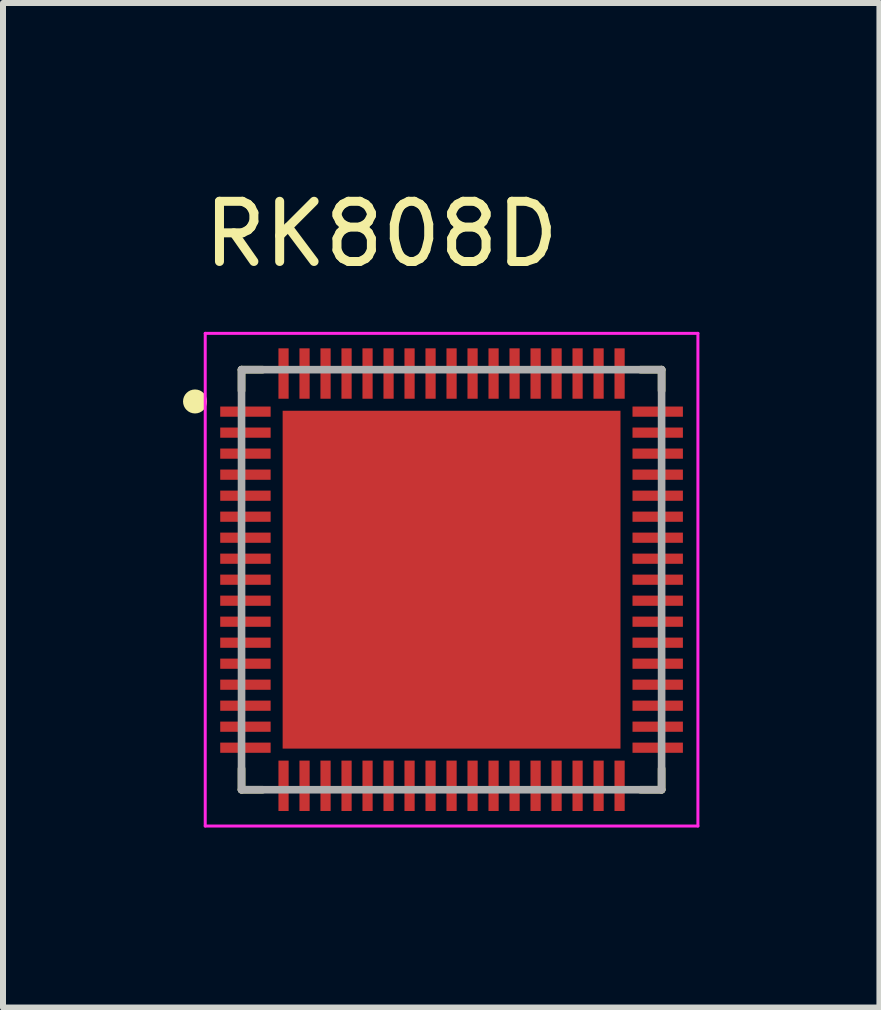
<source format=kicad_pcb>
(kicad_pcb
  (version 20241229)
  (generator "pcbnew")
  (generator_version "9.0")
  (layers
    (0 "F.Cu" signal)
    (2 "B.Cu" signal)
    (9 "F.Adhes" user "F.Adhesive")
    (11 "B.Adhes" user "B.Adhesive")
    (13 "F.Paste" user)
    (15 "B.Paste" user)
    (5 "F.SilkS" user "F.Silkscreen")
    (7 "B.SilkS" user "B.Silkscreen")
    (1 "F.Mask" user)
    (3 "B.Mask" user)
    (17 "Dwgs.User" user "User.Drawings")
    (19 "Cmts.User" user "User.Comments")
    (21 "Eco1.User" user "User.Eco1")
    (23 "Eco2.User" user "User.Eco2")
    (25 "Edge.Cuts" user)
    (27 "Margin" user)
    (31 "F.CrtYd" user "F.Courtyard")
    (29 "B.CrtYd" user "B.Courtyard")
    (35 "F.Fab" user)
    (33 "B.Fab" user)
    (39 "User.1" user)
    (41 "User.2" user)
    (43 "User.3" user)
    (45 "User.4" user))
  (footprint "RK808D"
    (layer "F.Cu")
    (at 4.475 6.61)
    (property "Reference" "RK808D" (at -1.169 -5.759 0) (layer "F.SilkS") (effects (font (size 1.003 1.003) (thickness 0.15))))
    (attr smd)
    (fp_line (start -3.5 -3.5) (end -3.5 -3.15) (stroke (width 0.127) (type solid)) (layer "F.SilkS"))
    (fp_line (start -3.5 -3.5) (end -3.15 -3.5) (stroke (width 0.127) (type solid)) (layer "F.SilkS"))
    (fp_line (start -3.5 3.5) (end -3.5 3.15) (stroke (width 0.127) (type solid)) (layer "F.SilkS"))
    (fp_line (start -3.5 3.5) (end -3.15 3.5) (stroke (width 0.127) (type solid)) (layer "F.SilkS"))
    (fp_line (start 3.5 -3.5) (end 3.15 -3.5) (stroke (width 0.127) (type solid)) (layer "F.SilkS"))
    (fp_line (start 3.5 -3.5) (end 3.5 -3.15) (stroke (width 0.127) (type solid)) (layer "F.SilkS"))
    (fp_line (start 3.5 3.5) (end 3.15 3.5) (stroke (width 0.127) (type solid)) (layer "F.SilkS"))
    (fp_line (start 3.5 3.5) (end 3.5 3.15) (stroke (width 0.127) (type solid)) (layer "F.SilkS"))
    (fp_circle (center -4.275 -2.97) (end -4.175 -2.97) (stroke (width 0.2) (type solid)) (fill no) (layer "F.SilkS"))
    (fp_poly (pts (xy -1.41 -1.407) (xy 1.407 -1.407) (xy 1.407 1.41) (xy -1.41 1.41)) (stroke (width 0.01) (type solid)) (fill yes) (layer "F.Paste"))
    (fp_line (start -4.105 -4.105) (end 4.105 -4.105) (stroke (width 0.05) (type solid)) (layer "F.CrtYd"))
    (fp_line (start -4.105 4.105) (end -4.105 -4.105) (stroke (width 0.05) (type solid)) (layer "F.CrtYd"))
    (fp_line (start -4.105 4.105) (end 4.105 4.105) (stroke (width 0.05) (type solid)) (layer "F.CrtYd"))
    (fp_line (start 4.105 4.105) (end 4.105 -4.105) (stroke (width 0.05) (type solid)) (layer "F.CrtYd"))
    (fp_line (start -3.5 3.5) (end -3.5 -3.5) (stroke (width 0.127) (type solid)) (layer "F.Fab"))
    (fp_line (start 3.5 -3.5) (end -3.5 -3.5) (stroke (width 0.127) (type solid)) (layer "F.Fab"))
    (fp_line (start 3.5 3.5) (end -3.5 3.5) (stroke (width 0.127) (type solid)) (layer "F.Fab"))
    (fp_line (start 3.5 3.5) (end 3.5 -3.5) (stroke (width 0.127) (type solid)) (layer "F.Fab"))
    (pad "1" smd roundrect (at -3.435 -2.8) (size 0.84 0.17) (layers "F.Cu" "F.Mask" "F.Paste") (roundrect_rratio 0.02))
    (pad "2" smd roundrect (at -3.435 -2.45) (size 0.84 0.17) (layers "F.Cu" "F.Mask" "F.Paste") (roundrect_rratio 0.02))
    (pad "3" smd roundrect (at -3.435 -2.1) (size 0.84 0.17) (layers "F.Cu" "F.Mask" "F.Paste") (roundrect_rratio 0.02))
    (pad "4" smd roundrect (at -3.435 -1.75) (size 0.84 0.17) (layers "F.Cu" "F.Mask" "F.Paste") (roundrect_rratio 0.02))
    (pad "5" smd roundrect (at -3.435 -1.4) (size 0.84 0.17) (layers "F.Cu" "F.Mask" "F.Paste") (roundrect_rratio 0.02))
    (pad "6" smd roundrect (at -3.435 -1.05) (size 0.84 0.17) (layers "F.Cu" "F.Mask" "F.Paste") (roundrect_rratio 0.02))
    (pad "7" smd roundrect (at -3.435 -0.7) (size 0.84 0.17) (layers "F.Cu" "F.Mask" "F.Paste") (roundrect_rratio 0.02))
    (pad "8" smd roundrect (at -3.435 -0.35) (size 0.84 0.17) (layers "F.Cu" "F.Mask" "F.Paste") (roundrect_rratio 0.02))
    (pad "9" smd roundrect (at -3.435 0) (size 0.84 0.17) (layers "F.Cu" "F.Mask" "F.Paste") (roundrect_rratio 0.02))
    (pad "10" smd roundrect (at -3.435 0.35) (size 0.84 0.17) (layers "F.Cu" "F.Mask" "F.Paste") (roundrect_rratio 0.02))
    (pad "11" smd roundrect (at -3.435 0.7) (size 0.84 0.17) (layers "F.Cu" "F.Mask" "F.Paste") (roundrect_rratio 0.02))
    (pad "12" smd roundrect (at -3.435 1.05) (size 0.84 0.17) (layers "F.Cu" "F.Mask" "F.Paste") (roundrect_rratio 0.02))
    (pad "13" smd roundrect (at -3.435 1.4) (size 0.84 0.17) (layers "F.Cu" "F.Mask" "F.Paste") (roundrect_rratio 0.02))
    (pad "14" smd roundrect (at -3.435 1.75) (size 0.84 0.17) (layers "F.Cu" "F.Mask" "F.Paste") (roundrect_rratio 0.02))
    (pad "15" smd roundrect (at -3.435 2.1) (size 0.84 0.17) (layers "F.Cu" "F.Mask" "F.Paste") (roundrect_rratio 0.02))
    (pad "16" smd roundrect (at -3.435 2.45) (size 0.84 0.17) (layers "F.Cu" "F.Mask" "F.Paste") (roundrect_rratio 0.02))
    (pad "17" smd roundrect (at -3.435 2.8) (size 0.84 0.17) (layers "F.Cu" "F.Mask" "F.Paste") (roundrect_rratio 0.02))
    (pad "18" smd roundrect (at -2.8 3.435 90) (size 0.84 0.17) (layers "F.Cu" "F.Mask" "F.Paste") (roundrect_rratio 0.02))
    (pad "19" smd roundrect (at -2.45 3.435 90) (size 0.84 0.17) (layers "F.Cu" "F.Mask" "F.Paste") (roundrect_rratio 0.02))
    (pad "20" smd roundrect (at -2.1 3.435 90) (size 0.84 0.17) (layers "F.Cu" "F.Mask" "F.Paste") (roundrect_rratio 0.02))
    (pad "21" smd roundrect (at -1.75 3.435 90) (size 0.84 0.17) (layers "F.Cu" "F.Mask" "F.Paste") (roundrect_rratio 0.02))
    (pad "22" smd roundrect (at -1.4 3.435 90) (size 0.84 0.17) (layers "F.Cu" "F.Mask" "F.Paste") (roundrect_rratio 0.02))
    (pad "23" smd roundrect (at -1.05 3.435 90) (size 0.84 0.17) (layers "F.Cu" "F.Mask" "F.Paste") (roundrect_rratio 0.02))
    (pad "24" smd roundrect (at -0.7 3.435 90) (size 0.84 0.17) (layers "F.Cu" "F.Mask" "F.Paste") (roundrect_rratio 0.02))
    (pad "25" smd roundrect (at -0.35 3.435 90) (size 0.84 0.17) (layers "F.Cu" "F.Mask" "F.Paste") (roundrect_rratio 0.02))
    (pad "26" smd roundrect (at 0 3.435 90) (size 0.84 0.17) (layers "F.Cu" "F.Mask" "F.Paste") (roundrect_rratio 0.02))
    (pad "27" smd roundrect (at 0.35 3.435 90) (size 0.84 0.17) (layers "F.Cu" "F.Mask" "F.Paste") (roundrect_rratio 0.02))
    (pad "28" smd roundrect (at 0.7 3.435 90) (size 0.84 0.17) (layers "F.Cu" "F.Mask" "F.Paste") (roundrect_rratio 0.02))
    (pad "29" smd roundrect (at 1.05 3.435 90) (size 0.84 0.17) (layers "F.Cu" "F.Mask" "F.Paste") (roundrect_rratio 0.02))
    (pad "30" smd roundrect (at 1.4 3.435 90) (size 0.84 0.17) (layers "F.Cu" "F.Mask" "F.Paste") (roundrect_rratio 0.02))
    (pad "31" smd roundrect (at 1.75 3.435 90) (size 0.84 0.17) (layers "F.Cu" "F.Mask" "F.Paste") (roundrect_rratio 0.02))
    (pad "32" smd roundrect (at 2.1 3.435 90) (size 0.84 0.17) (layers "F.Cu" "F.Mask" "F.Paste") (roundrect_rratio 0.02))
    (pad "33" smd roundrect (at 2.45 3.435 90) (size 0.84 0.17) (layers "F.Cu" "F.Mask" "F.Paste") (roundrect_rratio 0.02))
    (pad "34" smd roundrect (at 2.8 3.435 90) (size 0.84 0.17) (layers "F.Cu" "F.Mask" "F.Paste") (roundrect_rratio 0.02))
    (pad "35" smd roundrect (at 3.435 2.8) (size 0.84 0.17) (layers "F.Cu" "F.Mask" "F.Paste") (roundrect_rratio 0.02))
    (pad "36" smd roundrect (at 3.435 2.45) (size 0.84 0.17) (layers "F.Cu" "F.Mask" "F.Paste") (roundrect_rratio 0.02))
    (pad "37" smd roundrect (at 3.435 2.1) (size 0.84 0.17) (layers "F.Cu" "F.Mask" "F.Paste") (roundrect_rratio 0.02))
    (pad "38" smd roundrect (at 3.435 1.75) (size 0.84 0.17) (layers "F.Cu" "F.Mask" "F.Paste") (roundrect_rratio 0.02))
    (pad "39" smd roundrect (at 3.435 1.4) (size 0.84 0.17) (layers "F.Cu" "F.Mask" "F.Paste") (roundrect_rratio 0.02))
    (pad "40" smd roundrect (at 3.435 1.05) (size 0.84 0.17) (layers "F.Cu" "F.Mask" "F.Paste") (roundrect_rratio 0.02))
    (pad "41" smd roundrect (at 3.435 0.7) (size 0.84 0.17) (layers "F.Cu" "F.Mask" "F.Paste") (roundrect_rratio 0.02))
    (pad "42" smd roundrect (at 3.435 0.35) (size 0.84 0.17) (layers "F.Cu" "F.Mask" "F.Paste") (roundrect_rratio 0.02))
    (pad "43" smd roundrect (at 3.435 0) (size 0.84 0.17) (layers "F.Cu" "F.Mask" "F.Paste") (roundrect_rratio 0.02))
    (pad "44" smd roundrect (at 3.435 -0.35) (size 0.84 0.17) (layers "F.Cu" "F.Mask" "F.Paste") (roundrect_rratio 0.02))
    (pad "45" smd roundrect (at 3.435 -0.7) (size 0.84 0.17) (layers "F.Cu" "F.Mask" "F.Paste") (roundrect_rratio 0.02))
    (pad "46" smd roundrect (at 3.435 -1.05) (size 0.84 0.17) (layers "F.Cu" "F.Mask" "F.Paste") (roundrect_rratio 0.02))
    (pad "47" smd roundrect (at 3.435 -1.4) (size 0.84 0.17) (layers "F.Cu" "F.Mask" "F.Paste") (roundrect_rratio 0.02))
    (pad "48" smd roundrect (at 3.435 -1.75) (size 0.84 0.17) (layers "F.Cu" "F.Mask" "F.Paste") (roundrect_rratio 0.02))
    (pad "49" smd roundrect (at 3.435 -2.1) (size 0.84 0.17) (layers "F.Cu" "F.Mask" "F.Paste") (roundrect_rratio 0.02))
    (pad "50" smd roundrect (at 3.435 -2.45) (size 0.84 0.17) (layers "F.Cu" "F.Mask" "F.Paste") (roundrect_rratio 0.02))
    (pad "51" smd roundrect (at 3.435 -2.8) (size 0.84 0.17) (layers "F.Cu" "F.Mask" "F.Paste") (roundrect_rratio 0.02))
    (pad "52" smd roundrect (at 2.8 -3.435 90) (size 0.84 0.17) (layers "F.Cu" "F.Mask" "F.Paste") (roundrect_rratio 0.02))
    (pad "53" smd roundrect (at 2.45 -3.435 90) (size 0.84 0.17) (layers "F.Cu" "F.Mask" "F.Paste") (roundrect_rratio 0.02))
    (pad "54" smd roundrect (at 2.1 -3.435 90) (size 0.84 0.17) (layers "F.Cu" "F.Mask" "F.Paste") (roundrect_rratio 0.02))
    (pad "55" smd roundrect (at 1.75 -3.435 90) (size 0.84 0.17) (layers "F.Cu" "F.Mask" "F.Paste") (roundrect_rratio 0.02))
    (pad "56" smd roundrect (at 1.4 -3.435 90) (size 0.84 0.17) (layers "F.Cu" "F.Mask" "F.Paste") (roundrect_rratio 0.02))
    (pad "57" smd roundrect (at 1.05 -3.435 90) (size 0.84 0.17) (layers "F.Cu" "F.Mask" "F.Paste") (roundrect_rratio 0.02))
    (pad "58" smd roundrect (at 0.7 -3.435 90) (size 0.84 0.17) (layers "F.Cu" "F.Mask" "F.Paste") (roundrect_rratio 0.02))
    (pad "59" smd roundrect (at 0.35 -3.435 90) (size 0.84 0.17) (layers "F.Cu" "F.Mask" "F.Paste") (roundrect_rratio 0.02))
    (pad "60" smd roundrect (at 0 -3.435 90) (size 0.84 0.17) (layers "F.Cu" "F.Mask" "F.Paste") (roundrect_rratio 0.02))
    (pad "61" smd roundrect (at -0.35 -3.435 90) (size 0.84 0.17) (layers "F.Cu" "F.Mask" "F.Paste") (roundrect_rratio 0.02))
    (pad "62" smd roundrect (at -0.7 -3.435 90) (size 0.84 0.17) (layers "F.Cu" "F.Mask" "F.Paste") (roundrect_rratio 0.02))
    (pad "63" smd roundrect (at -1.05 -3.435 90) (size 0.84 0.17) (layers "F.Cu" "F.Mask" "F.Paste") (roundrect_rratio 0.02))
    (pad "64" smd roundrect (at -1.4 -3.435 90) (size 0.84 0.17) (layers "F.Cu" "F.Mask" "F.Paste") (roundrect_rratio 0.02))
    (pad "65" smd roundrect (at -1.75 -3.435 90) (size 0.84 0.17) (layers "F.Cu" "F.Mask" "F.Paste") (roundrect_rratio 0.02))
    (pad "66" smd roundrect (at -2.1 -3.435 90) (size 0.84 0.17) (layers "F.Cu" "F.Mask" "F.Paste") (roundrect_rratio 0.02))
    (pad "67" smd roundrect (at -2.45 -3.435 90) (size 0.84 0.17) (layers "F.Cu" "F.Mask" "F.Paste") (roundrect_rratio 0.02))
    (pad "68" smd roundrect (at -2.8 -3.435 90) (size 0.84 0.17) (layers "F.Cu" "F.Mask" "F.Paste") (roundrect_rratio 0.02))
    (pad "69" smd rect (at 0 0) (size 5.63 5.63) (layers "F.Cu" "F.Mask")))
  (gr_rect
    (start -3 -3)
    (end 11.605 13.74)
    (stroke (width 0.1) (type default))
    (fill no)
    (layer "Edge.Cuts")))
</source>
